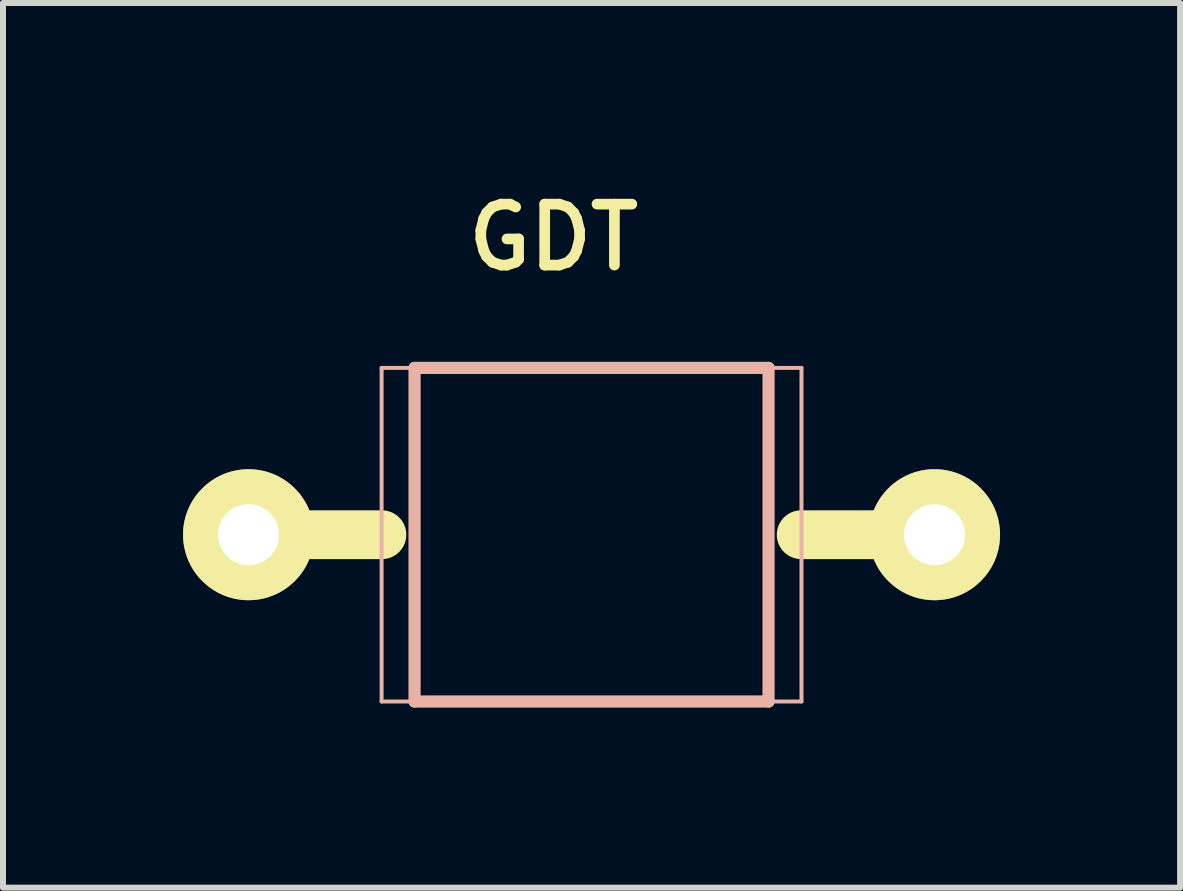
<source format=kicad_pcb>
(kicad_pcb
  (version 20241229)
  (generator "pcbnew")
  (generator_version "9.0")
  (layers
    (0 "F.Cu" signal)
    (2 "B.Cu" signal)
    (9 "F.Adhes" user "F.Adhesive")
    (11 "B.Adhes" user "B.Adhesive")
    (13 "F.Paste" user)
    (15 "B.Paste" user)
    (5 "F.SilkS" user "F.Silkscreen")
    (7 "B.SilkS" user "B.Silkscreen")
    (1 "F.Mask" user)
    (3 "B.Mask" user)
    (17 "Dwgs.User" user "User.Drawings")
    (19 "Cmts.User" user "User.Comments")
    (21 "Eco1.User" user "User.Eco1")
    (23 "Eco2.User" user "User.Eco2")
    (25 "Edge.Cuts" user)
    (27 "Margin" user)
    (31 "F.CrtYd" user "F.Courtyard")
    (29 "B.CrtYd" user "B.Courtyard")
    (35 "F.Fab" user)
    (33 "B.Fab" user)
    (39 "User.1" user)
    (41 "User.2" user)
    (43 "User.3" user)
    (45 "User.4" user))
  (footprint "GDT"
    (layer "F.Cu")
    (at 6.806 5.859)
    (property "Reference" "GDT" (at -0.635 -4.953 0) (layer "F.SilkS") (effects (font (size 1.016 1.016) (thickness 0.178))))
    (attr exclude_from_pos_files exclude_from_bom)
    (fp_line (start -5.715 0) (end -3.493 0) (stroke (width 0.813) (type solid)) (layer "F.SilkS"))
    (fp_line (start 5.715 0) (end 3.493 0) (stroke (width 0.813) (type solid)) (layer "F.SilkS"))
    (fp_line (start -3.498 -2.779) (end -3 -2.779) (stroke (width 0.066) (type solid)) (layer "B.SilkS"))
    (fp_line (start -3.498 2.779) (end -3.498 -2.779) (stroke (width 0.066) (type solid)) (layer "B.SilkS"))
    (fp_line (start -3.498 2.779) (end -3 2.779) (stroke (width 0.066) (type solid)) (layer "B.SilkS"))
    (fp_line (start -3 2.779) (end -3 -2.779) (stroke (width 0.066) (type solid)) (layer "B.SilkS"))
    (fp_line (start -2.949 -2.779) (end 2.949 -2.779) (stroke (width 0.203) (type solid)) (layer "B.SilkS"))
    (fp_line (start -2.949 2.779) (end -2.949 -2.779) (stroke (width 0.203) (type solid)) (layer "B.SilkS"))
    (fp_line (start 2.949 -2.779) (end 2.949 2.779) (stroke (width 0.203) (type solid)) (layer "B.SilkS"))
    (fp_line (start 2.949 2.779) (end -2.949 2.779) (stroke (width 0.203) (type solid)) (layer "B.SilkS"))
    (fp_line (start 3 -2.779) (end 3.498 -2.779) (stroke (width 0.066) (type solid)) (layer "B.SilkS"))
    (fp_line (start 3 2.779) (end 3 -2.779) (stroke (width 0.066) (type solid)) (layer "B.SilkS"))
    (fp_line (start 3 2.779) (end 3.498 2.779) (stroke (width 0.066) (type solid)) (layer "B.SilkS"))
    (fp_line (start 3.498 2.779) (end 3.498 -2.779) (stroke (width 0.066) (type solid)) (layer "B.SilkS"))
    (pad "1" thru_hole circle (at -5.715 0) (size 2.182 2.182) (drill 1.016) (layers "*.Cu" "F.Mask" "F.SilkS" "F.Paste"))
    (pad "2" thru_hole circle (at 5.715 0) (size 2.182 2.182) (drill 1.016) (layers "*.Cu" "F.Mask" "F.SilkS" "F.Paste")))
  (gr_rect
    (start -3 -3)
    (end 16.612 11.74)
    (stroke (width 0.1) (type default))
    (fill no)
    (layer "Edge.Cuts")))
</source>
